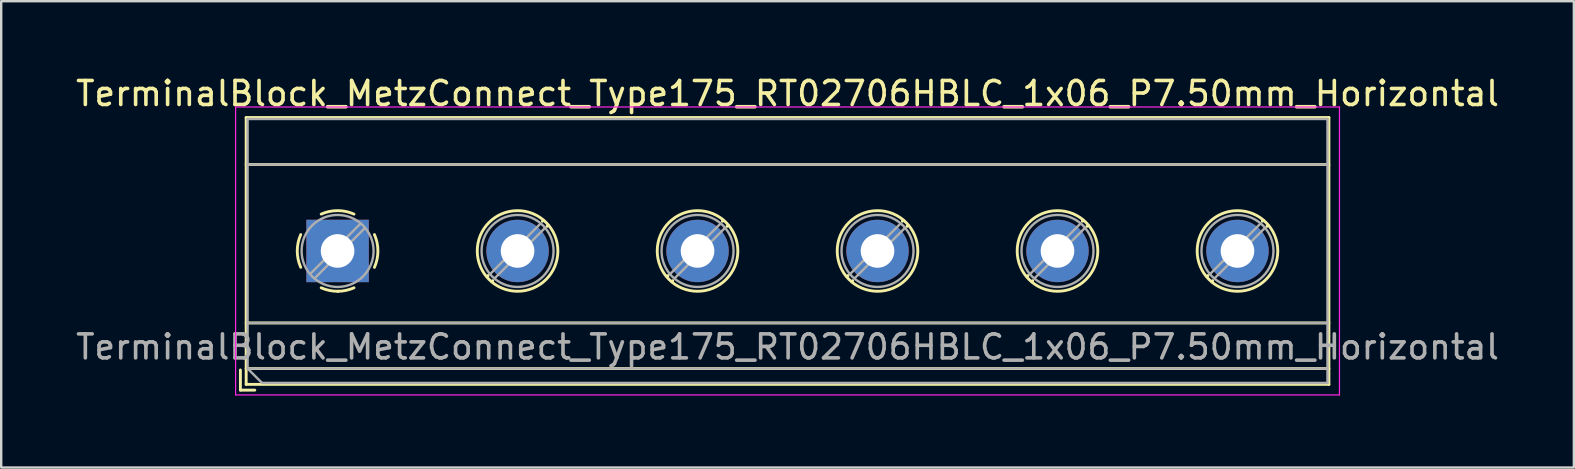
<source format=kicad_pcb>
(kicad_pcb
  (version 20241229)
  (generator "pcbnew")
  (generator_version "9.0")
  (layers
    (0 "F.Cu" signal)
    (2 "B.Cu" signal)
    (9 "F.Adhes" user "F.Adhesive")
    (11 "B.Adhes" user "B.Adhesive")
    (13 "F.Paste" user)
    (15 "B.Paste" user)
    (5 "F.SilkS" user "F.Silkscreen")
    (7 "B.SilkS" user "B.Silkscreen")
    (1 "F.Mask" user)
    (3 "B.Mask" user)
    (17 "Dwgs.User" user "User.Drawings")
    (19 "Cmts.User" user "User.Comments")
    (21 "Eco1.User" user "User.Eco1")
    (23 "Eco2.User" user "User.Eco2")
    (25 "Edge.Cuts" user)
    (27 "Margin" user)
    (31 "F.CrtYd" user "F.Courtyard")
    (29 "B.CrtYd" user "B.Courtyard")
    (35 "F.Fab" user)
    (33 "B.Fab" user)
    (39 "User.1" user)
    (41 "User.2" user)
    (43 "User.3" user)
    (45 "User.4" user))
  (footprint "TerminalBlock_MetzConnect_Type175_RT02706HBLC_1x06_P7.50mm_Horizontal"
    (layer "F.Cu")
    (at 11.018 7.408)
    (property "Reference" "TerminalBlock_MetzConnect_Type175_RT02706HBLC_1x06_P7.50mm_Horizontal" (at 18.75 -6.56 0) (layer "F.SilkS") (effects (font (size 1 1) (thickness 0.15))))
    (attr through_hole)
    (fp_line (start -4.05 4.96) (end -4.05 5.8) (stroke (width 0.12) (type solid)) (layer "F.SilkS"))
    (fp_line (start -4.05 5.8) (end -3.45 5.8) (stroke (width 0.12) (type solid)) (layer "F.SilkS"))
    (fp_line (start -3.81 -5.56) (end -3.81 5.56) (stroke (width 0.12) (type solid)) (layer "F.SilkS"))
    (fp_line (start -3.81 -5.56) (end 41.31 -5.56) (stroke (width 0.12) (type solid)) (layer "F.SilkS"))
    (fp_line (start -3.81 -3.6) (end 41.31 -3.6) (stroke (width 0.12) (type solid)) (layer "F.SilkS"))
    (fp_line (start -3.81 3) (end 41.31 3) (stroke (width 0.12) (type solid)) (layer "F.SilkS"))
    (fp_line (start -3.81 4.9) (end 41.31 4.9) (stroke (width 0.12) (type solid)) (layer "F.SilkS"))
    (fp_line (start -3.81 5.56) (end 41.31 5.56) (stroke (width 0.12) (type solid)) (layer "F.SilkS"))
    (fp_line (start 6.273 1.023) (end 6.226 1.069) (stroke (width 0.12) (type solid)) (layer "F.SilkS"))
    (fp_line (start 6.466 1.239) (end 6.431 1.274) (stroke (width 0.12) (type solid)) (layer "F.SilkS"))
    (fp_line (start 8.57 -1.275) (end 8.535 -1.239) (stroke (width 0.12) (type solid)) (layer "F.SilkS"))
    (fp_line (start 8.775 -1.069) (end 8.728 -1.023) (stroke (width 0.12) (type solid)) (layer "F.SilkS"))
    (fp_line (start 13.773 1.023) (end 13.726 1.069) (stroke (width 0.12) (type solid)) (layer "F.SilkS"))
    (fp_line (start 13.966 1.239) (end 13.931 1.274) (stroke (width 0.12) (type solid)) (layer "F.SilkS"))
    (fp_line (start 16.07 -1.275) (end 16.035 -1.239) (stroke (width 0.12) (type solid)) (layer "F.SilkS"))
    (fp_line (start 16.275 -1.069) (end 16.228 -1.023) (stroke (width 0.12) (type solid)) (layer "F.SilkS"))
    (fp_line (start 21.273 1.023) (end 21.226 1.069) (stroke (width 0.12) (type solid)) (layer "F.SilkS"))
    (fp_line (start 21.466 1.239) (end 21.431 1.274) (stroke (width 0.12) (type solid)) (layer "F.SilkS"))
    (fp_line (start 23.57 -1.275) (end 23.535 -1.239) (stroke (width 0.12) (type solid)) (layer "F.SilkS"))
    (fp_line (start 23.775 -1.069) (end 23.728 -1.023) (stroke (width 0.12) (type solid)) (layer "F.SilkS"))
    (fp_line (start 28.773 1.023) (end 28.726 1.069) (stroke (width 0.12) (type solid)) (layer "F.SilkS"))
    (fp_line (start 28.966 1.239) (end 28.931 1.274) (stroke (width 0.12) (type solid)) (layer "F.SilkS"))
    (fp_line (start 31.07 -1.275) (end 31.035 -1.239) (stroke (width 0.12) (type solid)) (layer "F.SilkS"))
    (fp_line (start 31.275 -1.069) (end 31.228 -1.023) (stroke (width 0.12) (type solid)) (layer "F.SilkS"))
    (fp_line (start 36.273 1.023) (end 36.226 1.069) (stroke (width 0.12) (type solid)) (layer "F.SilkS"))
    (fp_line (start 36.466 1.239) (end 36.431 1.274) (stroke (width 0.12) (type solid)) (layer "F.SilkS"))
    (fp_line (start 38.57 -1.275) (end 38.535 -1.239) (stroke (width 0.12) (type solid)) (layer "F.SilkS"))
    (fp_line (start 38.775 -1.069) (end 38.728 -1.023) (stroke (width 0.12) (type solid)) (layer "F.SilkS"))
    (fp_line (start 41.31 -5.56) (end 41.31 5.56) (stroke (width 0.12) (type solid)) (layer "F.SilkS"))
    (fp_arc (start -1.535427 0.683042) (mid -1.680501 -0.000524) (end -1.535 -0.684) (stroke (width 0.12) (type solid)) (layer "F.SilkS"))
    (fp_arc (start -0.683042 -1.535427) (mid 0.000524 -1.680501) (end 0.684 -1.535) (stroke (width 0.12) (type solid)) (layer "F.SilkS"))
    (fp_arc (start 0.028805 1.680253) (mid -0.335551 1.646659) (end -0.684 1.535) (stroke (width 0.12) (type solid)) (layer "F.SilkS"))
    (fp_arc (start 0.683318 1.534756) (mid 0.349292 1.643288) (end 0 1.68) (stroke (width 0.12) (type solid)) (layer "F.SilkS"))
    (fp_arc (start 1.535427 -0.683042) (mid 1.680501 0.000524) (end 1.535 0.684) (stroke (width 0.12) (type solid)) (layer "F.SilkS"))
    (fp_circle (center 7.5 0) (end 9.18 0) (stroke (width 0.12) (type solid)) (fill no) (layer "F.SilkS"))
    (fp_circle (center 15 0) (end 16.68 0) (stroke (width 0.12) (type solid)) (fill no) (layer "F.SilkS"))
    (fp_circle (center 22.5 0) (end 24.18 0) (stroke (width 0.12) (type solid)) (fill no) (layer "F.SilkS"))
    (fp_circle (center 30 0) (end 31.68 0) (stroke (width 0.12) (type solid)) (fill no) (layer "F.SilkS"))
    (fp_circle (center 37.5 0) (end 39.18 0) (stroke (width 0.12) (type solid)) (fill no) (layer "F.SilkS"))
    (fp_line (start -4.25 -6) (end -4.25 6) (stroke (width 0.05) (type solid)) (layer "F.CrtYd"))
    (fp_line (start -4.25 6) (end 41.75 6) (stroke (width 0.05) (type solid)) (layer "F.CrtYd"))
    (fp_line (start 41.75 -6) (end -4.25 -6) (stroke (width 0.05) (type solid)) (layer "F.CrtYd"))
    (fp_line (start 41.75 6) (end 41.75 -6) (stroke (width 0.05) (type solid)) (layer "F.CrtYd"))
    (fp_line (start -3.75 -5.5) (end 41.25 -5.5) (stroke (width 0.1) (type solid)) (layer "F.Fab"))
    (fp_line (start -3.75 -3.6) (end 41.25 -3.6) (stroke (width 0.1) (type solid)) (layer "F.Fab"))
    (fp_line (start -3.75 3) (end 41.25 3) (stroke (width 0.1) (type solid)) (layer "F.Fab"))
    (fp_line (start -3.75 4.9) (end -3.75 -5.5) (stroke (width 0.1) (type solid)) (layer "F.Fab"))
    (fp_line (start -3.75 4.9) (end 41.25 4.9) (stroke (width 0.1) (type solid)) (layer "F.Fab"))
    (fp_line (start -3.15 5.5) (end -3.75 4.9) (stroke (width 0.1) (type solid)) (layer "F.Fab"))
    (fp_line (start 0.955 -1.138) (end -1.138 0.955) (stroke (width 0.1) (type solid)) (layer "F.Fab"))
    (fp_line (start 1.138 -0.955) (end -0.955 1.138) (stroke (width 0.1) (type solid)) (layer "F.Fab"))
    (fp_line (start 8.455 -1.138) (end 6.363 0.955) (stroke (width 0.1) (type solid)) (layer "F.Fab"))
    (fp_line (start 8.638 -0.955) (end 6.546 1.138) (stroke (width 0.1) (type solid)) (layer "F.Fab"))
    (fp_line (start 15.955 -1.138) (end 13.863 0.955) (stroke (width 0.1) (type solid)) (layer "F.Fab"))
    (fp_line (start 16.138 -0.955) (end 14.046 1.138) (stroke (width 0.1) (type solid)) (layer "F.Fab"))
    (fp_line (start 23.455 -1.138) (end 21.363 0.955) (stroke (width 0.1) (type solid)) (layer "F.Fab"))
    (fp_line (start 23.638 -0.955) (end 21.546 1.138) (stroke (width 0.1) (type solid)) (layer "F.Fab"))
    (fp_line (start 30.955 -1.138) (end 28.863 0.955) (stroke (width 0.1) (type solid)) (layer "F.Fab"))
    (fp_line (start 31.138 -0.955) (end 29.046 1.138) (stroke (width 0.1) (type solid)) (layer "F.Fab"))
    (fp_line (start 38.455 -1.138) (end 36.363 0.955) (stroke (width 0.1) (type solid)) (layer "F.Fab"))
    (fp_line (start 38.638 -0.955) (end 36.546 1.138) (stroke (width 0.1) (type solid)) (layer "F.Fab"))
    (fp_line (start 41.25 -5.5) (end 41.25 5.5) (stroke (width 0.1) (type solid)) (layer "F.Fab"))
    (fp_line (start 41.25 5.5) (end -3.15 5.5) (stroke (width 0.1) (type solid)) (layer "F.Fab"))
    (fp_circle (center 0 0) (end 1.5 0) (stroke (width 0.1) (type solid)) (fill no) (layer "F.Fab"))
    (fp_circle (center 7.5 0) (end 9 0) (stroke (width 0.1) (type solid)) (fill no) (layer "F.Fab"))
    (fp_circle (center 15 0) (end 16.5 0) (stroke (width 0.1) (type solid)) (fill no) (layer "F.Fab"))
    (fp_circle (center 22.5 0) (end 24 0) (stroke (width 0.1) (type solid)) (fill no) (layer "F.Fab"))
    (fp_circle (center 30 0) (end 31.5 0) (stroke (width 0.1) (type solid)) (fill no) (layer "F.Fab"))
    (fp_circle (center 37.5 0) (end 39 0) (stroke (width 0.1) (type solid)) (fill no) (layer "F.Fab"))
    (fp_text user "${REFERENCE}" (at 18.75 4 0) (layer "F.Fab") (effects (font (size 1 1) (thickness 0.15))))
    (pad "1" thru_hole rect (at 0 0) (size 2.6 2.6) (drill 1.4) (layers "*.Cu" "*.Mask"))
    (pad "2" thru_hole circle (at 7.5 0) (size 2.6 2.6) (drill 1.4) (layers "*.Cu" "*.Mask"))
    (pad "3" thru_hole circle (at 15 0) (size 2.6 2.6) (drill 1.4) (layers "*.Cu" "*.Mask"))
    (pad "4" thru_hole circle (at 22.5 0) (size 2.6 2.6) (drill 1.4) (layers "*.Cu" "*.Mask"))
    (pad "5" thru_hole circle (at 30 0) (size 2.6 2.6) (drill 1.4) (layers "*.Cu" "*.Mask"))
    (pad "6" thru_hole circle (at 37.5 0) (size 2.6 2.6) (drill 1.4) (layers "*.Cu" "*.Mask")))
  (gr_rect
    (start -3 -3)
    (end 62.536 16.433)
    (stroke (width 0.1) (type default))
    (fill no)
    (layer "Edge.Cuts")))
</source>
